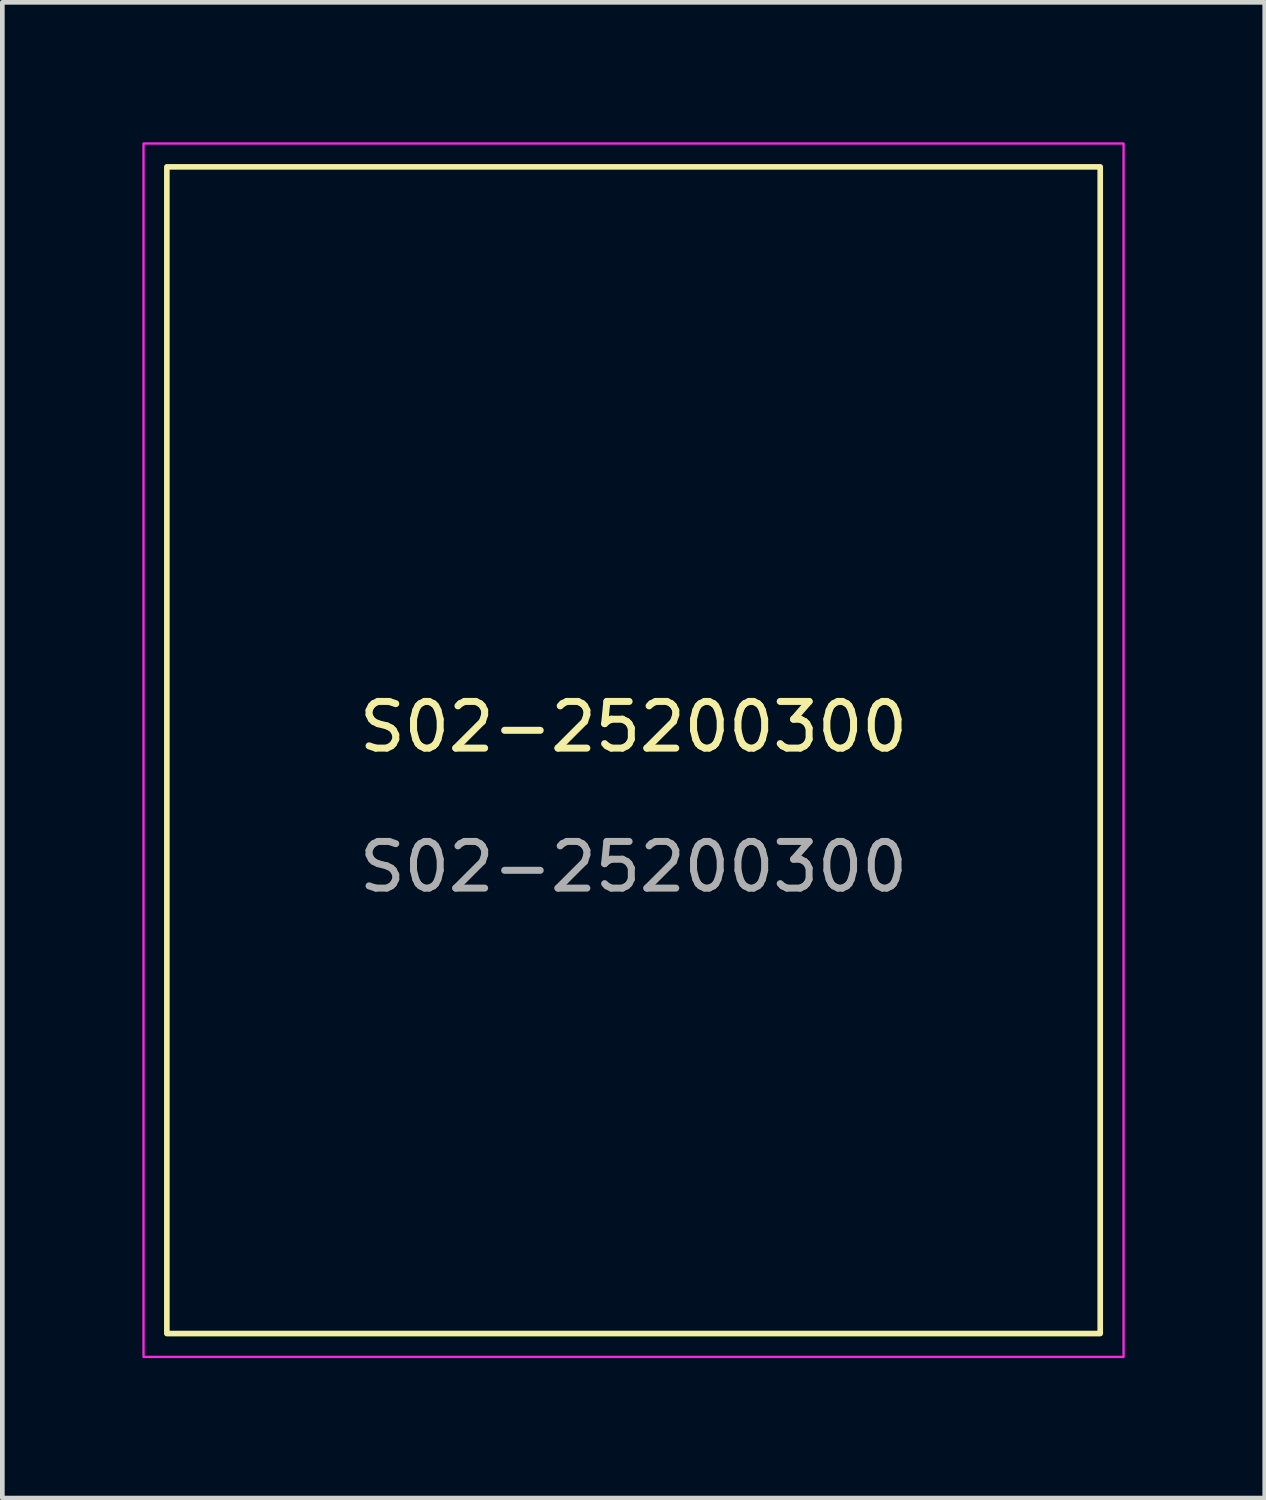
<source format=kicad_pcb>
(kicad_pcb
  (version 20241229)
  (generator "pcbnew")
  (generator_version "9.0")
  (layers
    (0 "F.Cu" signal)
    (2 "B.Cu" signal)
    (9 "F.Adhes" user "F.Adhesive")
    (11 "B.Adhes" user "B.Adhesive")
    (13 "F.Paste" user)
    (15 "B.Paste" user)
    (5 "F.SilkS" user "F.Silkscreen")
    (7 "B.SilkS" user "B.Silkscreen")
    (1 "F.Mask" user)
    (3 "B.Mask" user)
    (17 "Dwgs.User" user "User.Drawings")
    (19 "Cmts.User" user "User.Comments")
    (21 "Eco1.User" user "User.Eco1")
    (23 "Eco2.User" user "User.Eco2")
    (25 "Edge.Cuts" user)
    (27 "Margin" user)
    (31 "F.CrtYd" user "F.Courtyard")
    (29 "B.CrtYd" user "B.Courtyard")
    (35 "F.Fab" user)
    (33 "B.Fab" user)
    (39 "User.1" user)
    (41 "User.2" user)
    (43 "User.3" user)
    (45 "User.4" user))
  (footprint "S02-25200300"
    (layer "F.Cu")
    (at 10.525 13.025)
    (property "Reference" "S02-25200300" (at 0 -0.5 0) (unlocked yes) (layer "F.SilkS") (effects (font (size 1 1) (thickness 0.15))))
    (attr smd)
    (fp_rect (start -10 -12.5) (end 10 12.5) (stroke (width 0.12) (type solid)) (fill no) (layer "F.SilkS"))
    (fp_rect (start 10.5 13) (end -10.5 -13) (stroke (width 0.05) (type solid)) (fill no) (layer "F.CrtYd"))
    (fp_text user "${REFERENCE}" (at 0 2.5 0) (unlocked yes) (layer "F.Fab") (effects (font (size 1 1) (thickness 0.15)))))
  (gr_rect
    (start -3 -3)
    (end 24.05 29.05)
    (stroke (width 0.1) (type default))
    (fill no)
    (layer "Edge.Cuts")))
</source>
